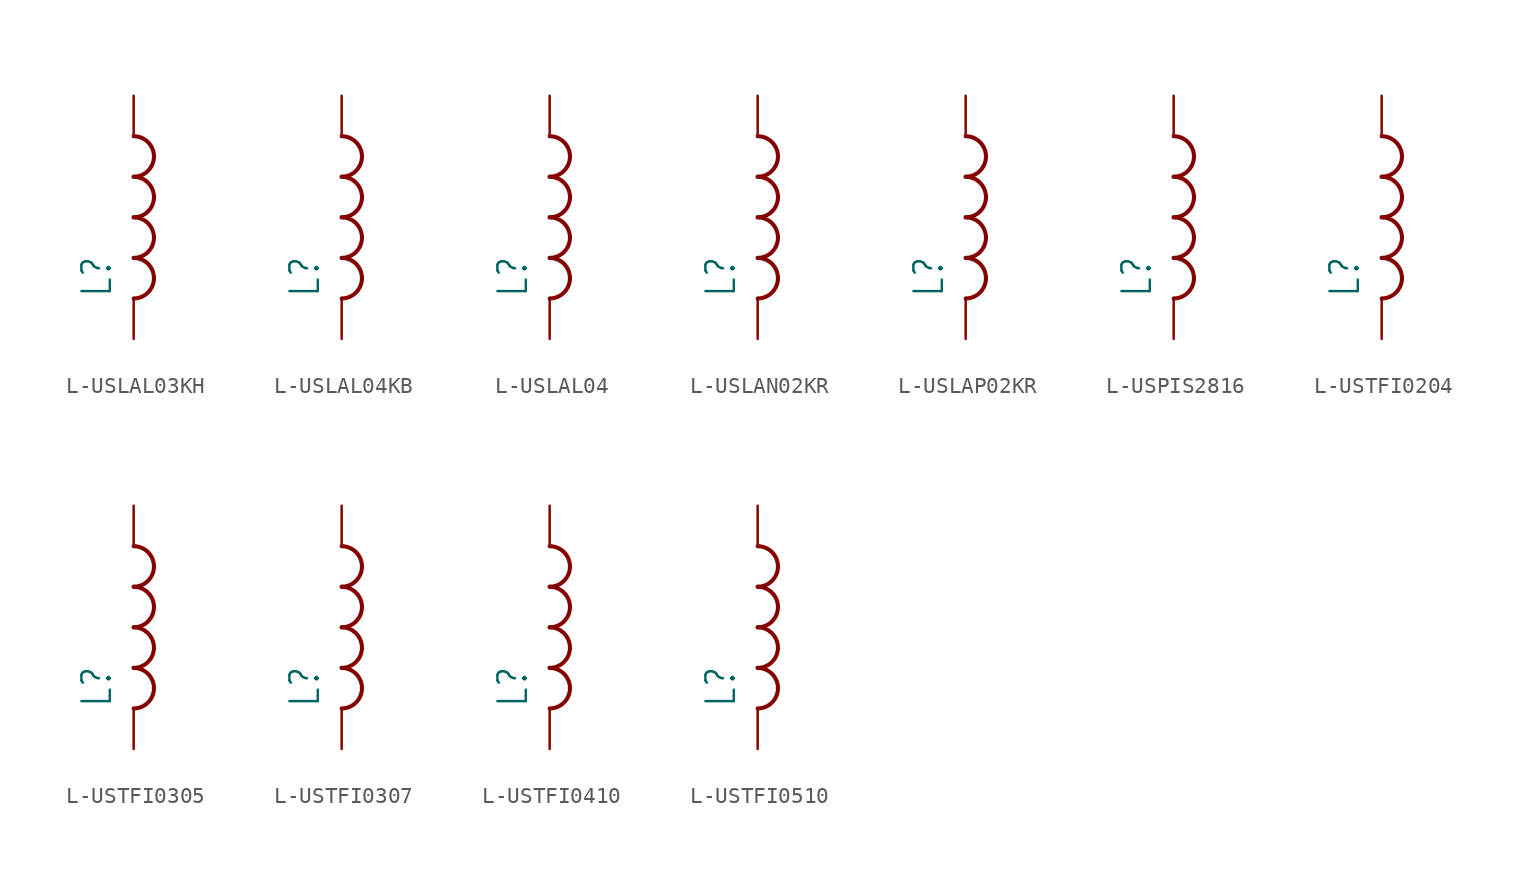
<source format=kicad_sym>
(kicad_symbol_lib
  (version 20231120)
  (generator "kicad_symbol_editor")
  (generator_version "8.0")
  (symbol "L-USLAL03KH"
    (property "Reference" "L"
      (at -1.27 -5.08 90)
      (effects (font (size 1.778 1.511)) (justify left bottom)))
    (property "Value" ""
      (at 3.81 -5.08 90)
      (effects (font (size 1.778 1.511)) (justify left bottom)))
    (property "ki_locked" ""
      (at 0 0 0)
      (effects (font (size 1.27 1.27))))
    (symbol "L-USLAL03KH_1_0"
      (arc (start 0 -5.08) (mid 0.898 -4.708) (end 1.27 -3.81) (stroke (width 0.254) (type solid)) (fill (type none)))
      (arc (start 0 -2.54) (mid 0.898 -2.168) (end 1.27 -1.27) (stroke (width 0.254) (type solid)) (fill (type none)))
      (arc (start 0 0) (mid 0.898 0.372) (end 1.27 1.27) (stroke (width 0.254) (type solid)) (fill (type none)))
      (arc (start 0 2.54) (mid 0.898 2.912) (end 1.27 3.81) (stroke (width 0.254) (type solid)) (fill (type none)))
      (arc (start 1.27 -3.81) (mid 0.898 -2.912) (end 0 -2.54) (stroke (width 0.254) (type solid)) (fill (type none)))
      (arc (start 1.27 -1.27) (mid 0.898 -0.372) (end 0 0) (stroke (width 0.254) (type solid)) (fill (type none)))
      (arc (start 1.27 1.27) (mid 0.898 2.168) (end 0 2.54) (stroke (width 0.254) (type solid)) (fill (type none)))
      (arc (start 1.27 3.81) (mid 0.898 4.708) (end 0 5.08) (stroke (width 0.254) (type solid)) (fill (type none)))
      (pin passive line (at 0 7.62 270) (length 2.54) (name "1" (effects (font (size 0 0)))) (number "1" (effects (font (size 0 0)))))
      (pin passive line (at 0 -7.62 90) (length 2.54) (name "2" (effects (font (size 0 0)))) (number "2" (effects (font (size 0 0)))))))
  (symbol "L-USLAL04KB"
    (property "Reference" "L"
      (at -1.27 -5.08 90)
      (effects (font (size 1.778 1.511)) (justify left bottom)))
    (property "Value" ""
      (at 3.81 -5.08 90)
      (effects (font (size 1.778 1.511)) (justify left bottom)))
    (property "ki_locked" ""
      (at 0 0 0)
      (effects (font (size 1.27 1.27))))
    (symbol "L-USLAL04KB_1_0"
      (arc (start 0 -5.08) (mid 0.898 -4.708) (end 1.27 -3.81) (stroke (width 0.254) (type solid)) (fill (type none)))
      (arc (start 0 -2.54) (mid 0.898 -2.168) (end 1.27 -1.27) (stroke (width 0.254) (type solid)) (fill (type none)))
      (arc (start 0 0) (mid 0.898 0.372) (end 1.27 1.27) (stroke (width 0.254) (type solid)) (fill (type none)))
      (arc (start 0 2.54) (mid 0.898 2.912) (end 1.27 3.81) (stroke (width 0.254) (type solid)) (fill (type none)))
      (arc (start 1.27 -3.81) (mid 0.898 -2.912) (end 0 -2.54) (stroke (width 0.254) (type solid)) (fill (type none)))
      (arc (start 1.27 -1.27) (mid 0.898 -0.372) (end 0 0) (stroke (width 0.254) (type solid)) (fill (type none)))
      (arc (start 1.27 1.27) (mid 0.898 2.168) (end 0 2.54) (stroke (width 0.254) (type solid)) (fill (type none)))
      (arc (start 1.27 3.81) (mid 0.898 4.708) (end 0 5.08) (stroke (width 0.254) (type solid)) (fill (type none)))
      (pin passive line (at 0 7.62 270) (length 2.54) (name "1" (effects (font (size 0 0)))) (number "1" (effects (font (size 0 0)))))
      (pin passive line (at 0 -7.62 90) (length 2.54) (name "2" (effects (font (size 0 0)))) (number "2" (effects (font (size 0 0)))))))
  (symbol "L-USLAL04"
    (property "Reference" "L"
      (at -1.27 -5.08 90)
      (effects (font (size 1.778 1.511)) (justify left bottom)))
    (property "Value" ""
      (at 3.81 -5.08 90)
      (effects (font (size 1.778 1.511)) (justify left bottom)))
    (property "ki_locked" ""
      (at 0 0 0)
      (effects (font (size 1.27 1.27))))
    (symbol "L-USLAL04_1_0"
      (arc (start 0 -5.08) (mid 0.898 -4.708) (end 1.27 -3.81) (stroke (width 0.254) (type solid)) (fill (type none)))
      (arc (start 0 -2.54) (mid 0.898 -2.168) (end 1.27 -1.27) (stroke (width 0.254) (type solid)) (fill (type none)))
      (arc (start 0 0) (mid 0.898 0.372) (end 1.27 1.27) (stroke (width 0.254) (type solid)) (fill (type none)))
      (arc (start 0 2.54) (mid 0.898 2.912) (end 1.27 3.81) (stroke (width 0.254) (type solid)) (fill (type none)))
      (arc (start 1.27 -3.81) (mid 0.898 -2.912) (end 0 -2.54) (stroke (width 0.254) (type solid)) (fill (type none)))
      (arc (start 1.27 -1.27) (mid 0.898 -0.372) (end 0 0) (stroke (width 0.254) (type solid)) (fill (type none)))
      (arc (start 1.27 1.27) (mid 0.898 2.168) (end 0 2.54) (stroke (width 0.254) (type solid)) (fill (type none)))
      (arc (start 1.27 3.81) (mid 0.898 4.708) (end 0 5.08) (stroke (width 0.254) (type solid)) (fill (type none)))
      (pin passive line (at 0 7.62 270) (length 2.54) (name "1" (effects (font (size 0 0)))) (number "1" (effects (font (size 0 0)))))
      (pin passive line (at 0 -7.62 90) (length 2.54) (name "2" (effects (font (size 0 0)))) (number "2" (effects (font (size 0 0)))))))
  (symbol "L-USLAN02KR"
    (property "Reference" "L"
      (at -1.27 -5.08 90)
      (effects (font (size 1.778 1.511)) (justify left bottom)))
    (property "Value" ""
      (at 3.81 -5.08 90)
      (effects (font (size 1.778 1.511)) (justify left bottom)))
    (property "ki_locked" ""
      (at 0 0 0)
      (effects (font (size 1.27 1.27))))
    (symbol "L-USLAN02KR_1_0"
      (arc (start 0 -5.08) (mid 0.898 -4.708) (end 1.27 -3.81) (stroke (width 0.254) (type solid)) (fill (type none)))
      (arc (start 0 -2.54) (mid 0.898 -2.168) (end 1.27 -1.27) (stroke (width 0.254) (type solid)) (fill (type none)))
      (arc (start 0 0) (mid 0.898 0.372) (end 1.27 1.27) (stroke (width 0.254) (type solid)) (fill (type none)))
      (arc (start 0 2.54) (mid 0.898 2.912) (end 1.27 3.81) (stroke (width 0.254) (type solid)) (fill (type none)))
      (arc (start 1.27 -3.81) (mid 0.898 -2.912) (end 0 -2.54) (stroke (width 0.254) (type solid)) (fill (type none)))
      (arc (start 1.27 -1.27) (mid 0.898 -0.372) (end 0 0) (stroke (width 0.254) (type solid)) (fill (type none)))
      (arc (start 1.27 1.27) (mid 0.898 2.168) (end 0 2.54) (stroke (width 0.254) (type solid)) (fill (type none)))
      (arc (start 1.27 3.81) (mid 0.898 4.708) (end 0 5.08) (stroke (width 0.254) (type solid)) (fill (type none)))
      (pin passive line (at 0 7.62 270) (length 2.54) (name "1" (effects (font (size 0 0)))) (number "1" (effects (font (size 0 0)))))
      (pin passive line (at 0 -7.62 90) (length 2.54) (name "2" (effects (font (size 0 0)))) (number "2" (effects (font (size 0 0)))))))
  (symbol "L-USLAP02KR"
    (property "Reference" "L"
      (at -1.27 -5.08 90)
      (effects (font (size 1.778 1.511)) (justify left bottom)))
    (property "Value" ""
      (at 3.81 -5.08 90)
      (effects (font (size 1.778 1.511)) (justify left bottom)))
    (property "ki_locked" ""
      (at 0 0 0)
      (effects (font (size 1.27 1.27))))
    (symbol "L-USLAP02KR_1_0"
      (arc (start 0 -5.08) (mid 0.898 -4.708) (end 1.27 -3.81) (stroke (width 0.254) (type solid)) (fill (type none)))
      (arc (start 0 -2.54) (mid 0.898 -2.168) (end 1.27 -1.27) (stroke (width 0.254) (type solid)) (fill (type none)))
      (arc (start 0 0) (mid 0.898 0.372) (end 1.27 1.27) (stroke (width 0.254) (type solid)) (fill (type none)))
      (arc (start 0 2.54) (mid 0.898 2.912) (end 1.27 3.81) (stroke (width 0.254) (type solid)) (fill (type none)))
      (arc (start 1.27 -3.81) (mid 0.898 -2.912) (end 0 -2.54) (stroke (width 0.254) (type solid)) (fill (type none)))
      (arc (start 1.27 -1.27) (mid 0.898 -0.372) (end 0 0) (stroke (width 0.254) (type solid)) (fill (type none)))
      (arc (start 1.27 1.27) (mid 0.898 2.168) (end 0 2.54) (stroke (width 0.254) (type solid)) (fill (type none)))
      (arc (start 1.27 3.81) (mid 0.898 4.708) (end 0 5.08) (stroke (width 0.254) (type solid)) (fill (type none)))
      (pin passive line (at 0 7.62 270) (length 2.54) (name "1" (effects (font (size 0 0)))) (number "1" (effects (font (size 0 0)))))
      (pin passive line (at 0 -7.62 90) (length 2.54) (name "2" (effects (font (size 0 0)))) (number "2" (effects (font (size 0 0)))))))
  (symbol "L-USPIS2816"
    (property "Reference" "L"
      (at -1.27 -5.08 90)
      (effects (font (size 1.778 1.511)) (justify left bottom)))
    (property "Value" ""
      (at 3.81 -5.08 90)
      (effects (font (size 1.778 1.511)) (justify left bottom)))
    (property "ki_locked" ""
      (at 0 0 0)
      (effects (font (size 1.27 1.27))))
    (symbol "L-USPIS2816_1_0"
      (arc (start 0 -5.08) (mid 0.898 -4.708) (end 1.27 -3.81) (stroke (width 0.254) (type solid)) (fill (type none)))
      (arc (start 0 -2.54) (mid 0.898 -2.168) (end 1.27 -1.27) (stroke (width 0.254) (type solid)) (fill (type none)))
      (arc (start 0 0) (mid 0.898 0.372) (end 1.27 1.27) (stroke (width 0.254) (type solid)) (fill (type none)))
      (arc (start 0 2.54) (mid 0.898 2.912) (end 1.27 3.81) (stroke (width 0.254) (type solid)) (fill (type none)))
      (arc (start 1.27 -3.81) (mid 0.898 -2.912) (end 0 -2.54) (stroke (width 0.254) (type solid)) (fill (type none)))
      (arc (start 1.27 -1.27) (mid 0.898 -0.372) (end 0 0) (stroke (width 0.254) (type solid)) (fill (type none)))
      (arc (start 1.27 1.27) (mid 0.898 2.168) (end 0 2.54) (stroke (width 0.254) (type solid)) (fill (type none)))
      (arc (start 1.27 3.81) (mid 0.898 4.708) (end 0 5.08) (stroke (width 0.254) (type solid)) (fill (type none)))
      (pin passive line (at 0 7.62 270) (length 2.54) (name "1" (effects (font (size 0 0)))) (number "1" (effects (font (size 0 0)))))
      (pin passive line (at 0 -7.62 90) (length 2.54) (name "2" (effects (font (size 0 0)))) (number "2" (effects (font (size 0 0)))))))
  (symbol "L-USTFI0204"
    (property "Reference" "L"
      (at -1.27 -5.08 90)
      (effects (font (size 1.778 1.511)) (justify left bottom)))
    (property "Value" ""
      (at 3.81 -5.08 90)
      (effects (font (size 1.778 1.511)) (justify left bottom)))
    (property "ki_locked" ""
      (at 0 0 0)
      (effects (font (size 1.27 1.27))))
    (symbol "L-USTFI0204_1_0"
      (arc (start 0 -5.08) (mid 0.898 -4.708) (end 1.27 -3.81) (stroke (width 0.254) (type solid)) (fill (type none)))
      (arc (start 0 -2.54) (mid 0.898 -2.168) (end 1.27 -1.27) (stroke (width 0.254) (type solid)) (fill (type none)))
      (arc (start 0 0) (mid 0.898 0.372) (end 1.27 1.27) (stroke (width 0.254) (type solid)) (fill (type none)))
      (arc (start 0 2.54) (mid 0.898 2.912) (end 1.27 3.81) (stroke (width 0.254) (type solid)) (fill (type none)))
      (arc (start 1.27 -3.81) (mid 0.898 -2.912) (end 0 -2.54) (stroke (width 0.254) (type solid)) (fill (type none)))
      (arc (start 1.27 -1.27) (mid 0.898 -0.372) (end 0 0) (stroke (width 0.254) (type solid)) (fill (type none)))
      (arc (start 1.27 1.27) (mid 0.898 2.168) (end 0 2.54) (stroke (width 0.254) (type solid)) (fill (type none)))
      (arc (start 1.27 3.81) (mid 0.898 4.708) (end 0 5.08) (stroke (width 0.254) (type solid)) (fill (type none)))
      (pin passive line (at 0 7.62 270) (length 2.54) (name "1" (effects (font (size 0 0)))) (number "1" (effects (font (size 0 0)))))
      (pin passive line (at 0 -7.62 90) (length 2.54) (name "2" (effects (font (size 0 0)))) (number "2" (effects (font (size 0 0)))))))
  (symbol "L-USTFI0305"
    (property "Reference" "L"
      (at -1.27 -5.08 90)
      (effects (font (size 1.778 1.511)) (justify left bottom)))
    (property "Value" ""
      (at 3.81 -5.08 90)
      (effects (font (size 1.778 1.511)) (justify left bottom)))
    (property "ki_locked" ""
      (at 0 0 0)
      (effects (font (size 1.27 1.27))))
    (symbol "L-USTFI0305_1_0"
      (arc (start 0 -5.08) (mid 0.898 -4.708) (end 1.27 -3.81) (stroke (width 0.254) (type solid)) (fill (type none)))
      (arc (start 0 -2.54) (mid 0.898 -2.168) (end 1.27 -1.27) (stroke (width 0.254) (type solid)) (fill (type none)))
      (arc (start 0 0) (mid 0.898 0.372) (end 1.27 1.27) (stroke (width 0.254) (type solid)) (fill (type none)))
      (arc (start 0 2.54) (mid 0.898 2.912) (end 1.27 3.81) (stroke (width 0.254) (type solid)) (fill (type none)))
      (arc (start 1.27 -3.81) (mid 0.898 -2.912) (end 0 -2.54) (stroke (width 0.254) (type solid)) (fill (type none)))
      (arc (start 1.27 -1.27) (mid 0.898 -0.372) (end 0 0) (stroke (width 0.254) (type solid)) (fill (type none)))
      (arc (start 1.27 1.27) (mid 0.898 2.168) (end 0 2.54) (stroke (width 0.254) (type solid)) (fill (type none)))
      (arc (start 1.27 3.81) (mid 0.898 4.708) (end 0 5.08) (stroke (width 0.254) (type solid)) (fill (type none)))
      (pin passive line (at 0 7.62 270) (length 2.54) (name "1" (effects (font (size 0 0)))) (number "1" (effects (font (size 0 0)))))
      (pin passive line (at 0 -7.62 90) (length 2.54) (name "2" (effects (font (size 0 0)))) (number "2" (effects (font (size 0 0)))))))
  (symbol "L-USTFI0307"
    (property "Reference" "L"
      (at -1.27 -5.08 90)
      (effects (font (size 1.778 1.511)) (justify left bottom)))
    (property "Value" ""
      (at 3.81 -5.08 90)
      (effects (font (size 1.778 1.511)) (justify left bottom)))
    (property "ki_locked" ""
      (at 0 0 0)
      (effects (font (size 1.27 1.27))))
    (symbol "L-USTFI0307_1_0"
      (arc (start 0 -5.08) (mid 0.898 -4.708) (end 1.27 -3.81) (stroke (width 0.254) (type solid)) (fill (type none)))
      (arc (start 0 -2.54) (mid 0.898 -2.168) (end 1.27 -1.27) (stroke (width 0.254) (type solid)) (fill (type none)))
      (arc (start 0 0) (mid 0.898 0.372) (end 1.27 1.27) (stroke (width 0.254) (type solid)) (fill (type none)))
      (arc (start 0 2.54) (mid 0.898 2.912) (end 1.27 3.81) (stroke (width 0.254) (type solid)) (fill (type none)))
      (arc (start 1.27 -3.81) (mid 0.898 -2.912) (end 0 -2.54) (stroke (width 0.254) (type solid)) (fill (type none)))
      (arc (start 1.27 -1.27) (mid 0.898 -0.372) (end 0 0) (stroke (width 0.254) (type solid)) (fill (type none)))
      (arc (start 1.27 1.27) (mid 0.898 2.168) (end 0 2.54) (stroke (width 0.254) (type solid)) (fill (type none)))
      (arc (start 1.27 3.81) (mid 0.898 4.708) (end 0 5.08) (stroke (width 0.254) (type solid)) (fill (type none)))
      (pin passive line (at 0 7.62 270) (length 2.54) (name "1" (effects (font (size 0 0)))) (number "1" (effects (font (size 0 0)))))
      (pin passive line (at 0 -7.62 90) (length 2.54) (name "2" (effects (font (size 0 0)))) (number "2" (effects (font (size 0 0)))))))
  (symbol "L-USTFI0410"
    (property "Reference" "L"
      (at -1.27 -5.08 90)
      (effects (font (size 1.778 1.511)) (justify left bottom)))
    (property "Value" ""
      (at 3.81 -5.08 90)
      (effects (font (size 1.778 1.511)) (justify left bottom)))
    (property "ki_locked" ""
      (at 0 0 0)
      (effects (font (size 1.27 1.27))))
    (symbol "L-USTFI0410_1_0"
      (arc (start 0 -5.08) (mid 0.898 -4.708) (end 1.27 -3.81) (stroke (width 0.254) (type solid)) (fill (type none)))
      (arc (start 0 -2.54) (mid 0.898 -2.168) (end 1.27 -1.27) (stroke (width 0.254) (type solid)) (fill (type none)))
      (arc (start 0 0) (mid 0.898 0.372) (end 1.27 1.27) (stroke (width 0.254) (type solid)) (fill (type none)))
      (arc (start 0 2.54) (mid 0.898 2.912) (end 1.27 3.81) (stroke (width 0.254) (type solid)) (fill (type none)))
      (arc (start 1.27 -3.81) (mid 0.898 -2.912) (end 0 -2.54) (stroke (width 0.254) (type solid)) (fill (type none)))
      (arc (start 1.27 -1.27) (mid 0.898 -0.372) (end 0 0) (stroke (width 0.254) (type solid)) (fill (type none)))
      (arc (start 1.27 1.27) (mid 0.898 2.168) (end 0 2.54) (stroke (width 0.254) (type solid)) (fill (type none)))
      (arc (start 1.27 3.81) (mid 0.898 4.708) (end 0 5.08) (stroke (width 0.254) (type solid)) (fill (type none)))
      (pin passive line (at 0 7.62 270) (length 2.54) (name "1" (effects (font (size 0 0)))) (number "1" (effects (font (size 0 0)))))
      (pin passive line (at 0 -7.62 90) (length 2.54) (name "2" (effects (font (size 0 0)))) (number "2" (effects (font (size 0 0)))))))
  (symbol "L-USTFI0510"
    (property "Reference" "L"
      (at -1.27 -5.08 90)
      (effects (font (size 1.778 1.511)) (justify left bottom)))
    (property "Value" ""
      (at 3.81 -5.08 90)
      (effects (font (size 1.778 1.511)) (justify left bottom)))
    (property "ki_locked" ""
      (at 0 0 0)
      (effects (font (size 1.27 1.27))))
    (symbol "L-USTFI0510_1_0"
      (arc (start 0 -5.08) (mid 0.898 -4.708) (end 1.27 -3.81) (stroke (width 0.254) (type solid)) (fill (type none)))
      (arc (start 0 -2.54) (mid 0.898 -2.168) (end 1.27 -1.27) (stroke (width 0.254) (type solid)) (fill (type none)))
      (arc (start 0 0) (mid 0.898 0.372) (end 1.27 1.27) (stroke (width 0.254) (type solid)) (fill (type none)))
      (arc (start 0 2.54) (mid 0.898 2.912) (end 1.27 3.81) (stroke (width 0.254) (type solid)) (fill (type none)))
      (arc (start 1.27 -3.81) (mid 0.898 -2.912) (end 0 -2.54) (stroke (width 0.254) (type solid)) (fill (type none)))
      (arc (start 1.27 -1.27) (mid 0.898 -0.372) (end 0 0) (stroke (width 0.254) (type solid)) (fill (type none)))
      (arc (start 1.27 1.27) (mid 0.898 2.168) (end 0 2.54) (stroke (width 0.254) (type solid)) (fill (type none)))
      (arc (start 1.27 3.81) (mid 0.898 4.708) (end 0 5.08) (stroke (width 0.254) (type solid)) (fill (type none)))
      (pin passive line (at 0 7.62 270) (length 2.54) (name "1" (effects (font (size 0 0)))) (number "1" (effects (font (size 0 0)))))
      (pin passive line (at 0 -7.62 90) (length 2.54) (name "2" (effects (font (size 0 0)))) (number "2" (effects (font (size 0 0))))))))
</source>
